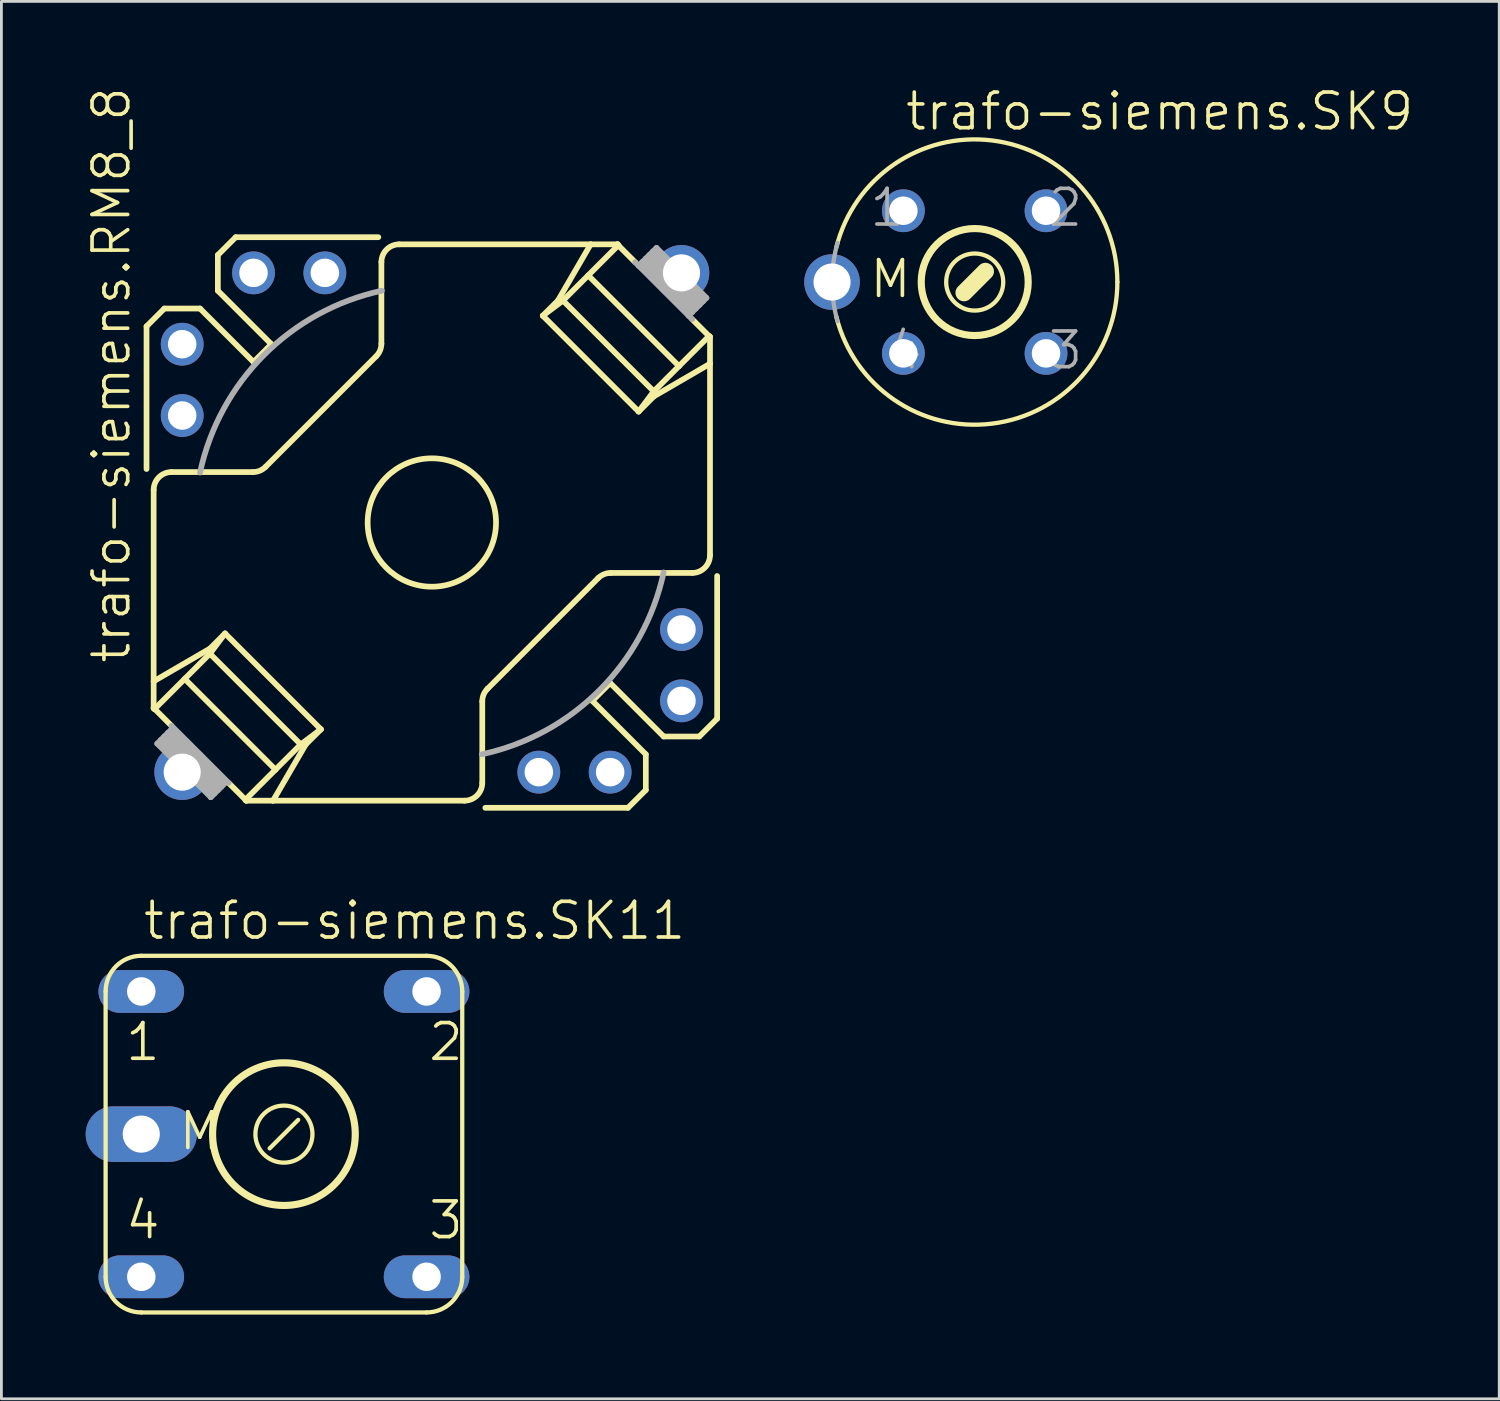
<source format=kicad_pcb>
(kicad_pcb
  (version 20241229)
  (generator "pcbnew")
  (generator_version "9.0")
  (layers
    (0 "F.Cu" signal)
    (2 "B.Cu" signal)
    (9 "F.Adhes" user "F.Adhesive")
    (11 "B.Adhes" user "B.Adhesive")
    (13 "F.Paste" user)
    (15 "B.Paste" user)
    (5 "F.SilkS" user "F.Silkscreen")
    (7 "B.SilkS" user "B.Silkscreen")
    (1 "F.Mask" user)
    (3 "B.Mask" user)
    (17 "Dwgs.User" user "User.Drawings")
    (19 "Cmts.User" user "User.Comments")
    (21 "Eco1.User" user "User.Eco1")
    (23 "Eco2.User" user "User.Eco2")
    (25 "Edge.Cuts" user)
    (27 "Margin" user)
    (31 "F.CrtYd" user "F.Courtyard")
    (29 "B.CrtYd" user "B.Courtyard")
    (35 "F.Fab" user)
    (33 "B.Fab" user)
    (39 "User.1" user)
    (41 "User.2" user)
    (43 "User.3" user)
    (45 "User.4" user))
  (footprint "trafo-siemens.SK9"
    (layer "F.Cu")
    (at 31.66 6.994)
    (property "Reference" "trafo-siemens.SK9" (at -2.54 -5.334 0) (layer "F.SilkS") (effects (font (size 1.27 1.27) (thickness 0.13)) (justify left bottom)))
    (attr through_hole)
    (fp_line (start -0.381 0.381) (end 0.381 -0.381) (stroke (width 0.61) (type default)) (layer "F.SilkS"))
    (fp_arc (start -4.9283 -1.2321) (mid 0.62071 -5.041928) (end 5.08 0) (stroke (width 0.1524) (type default)) (layer "F.SilkS"))
    (fp_arc (start 5.08 0) (mid 0.62071 5.041928) (end -4.9283 1.2321) (stroke (width 0.1524) (type default)) (layer "F.SilkS"))
    (fp_circle (center 0 0) (end 1.016 0) (stroke (width 0.152) (type default)) (fill no) (layer "F.SilkS"))
    (fp_circle (center 0 0) (end 1.905 0) (stroke (width 0.254) (type default)) (fill no) (layer "F.SilkS"))
    (fp_arc (start -5.08 0) (mid -5.030879 -0.704612) (end -4.8845 -1.3956) (stroke (width 0.1524) (type default)) (layer "F.Fab"))
    (fp_arc (start -4.8845 1.3956) (mid -5.030879 0.704612) (end -5.08 0) (stroke (width 0.1524) (type default)) (layer "F.Fab"))
    (fp_text user "M" (at -3.81 0.635 0) (layer "F.SilkS") (effects (font (size 1.27 1.27) (thickness 0.13)) (justify left bottom)))
    (fp_text user "3" (at 2.54 3.175 0) (layer "F.Fab") (effects (font (size 1.27 1.27) (thickness 0.13)) (justify left bottom)))
    (fp_text user "4" (at -3.175 3.175 0) (layer "F.Fab") (effects (font (size 1.27 1.27) (thickness 0.13)) (justify left bottom)))
    (fp_text user "2" (at 2.54 -1.905 0) (layer "F.Fab") (effects (font (size 1.27 1.27) (thickness 0.13)) (justify left bottom)))
    (fp_text user "1" (at -3.81 -1.905 0) (layer "F.Fab") (effects (font (size 1.27 1.27) (thickness 0.13)) (justify left bottom)))
    (pad "1" thru_hole circle (at -2.54 -2.54) (size 1.524 1.524) (drill 1.016) (layers "*.Cu" "*.Mask"))
    (pad "2" thru_hole circle (at 2.54 -2.54) (size 1.524 1.524) (drill 1.016) (layers "*.Cu" "*.Mask"))
    (pad "3" thru_hole circle (at 2.54 2.54) (size 1.524 1.524) (drill 1.016) (layers "*.Cu" "*.Mask"))
    (pad "4" thru_hole circle (at -2.54 2.54) (size 1.524 1.524) (drill 1.016) (layers "*.Cu" "*.Mask"))
    (pad "M" thru_hole circle (at -5.08 0) (size 1.981 1.981) (drill 1.321) (layers "*.Cu" "*.Mask")))
  (footprint "trafo-siemens.SK11"
    (layer "F.Cu")
    (at 7.061 37.337)
    (property "Reference" "trafo-siemens.SK11" (at -5.08 -6.858 0) (layer "F.SilkS") (effects (font (size 1.27 1.27) (thickness 0.13)) (justify left bottom)))
    (attr through_hole)
    (fp_line (start -6.35 5.08) (end -6.35 -5.08) (stroke (width 0.152) (type default)) (layer "F.SilkS"))
    (fp_line (start -5.08 -6.35) (end 5.08 -6.35) (stroke (width 0.152) (type default)) (layer "F.SilkS"))
    (fp_line (start -0.508 0.508) (end 0.508 -0.508) (stroke (width 0.152) (type default)) (layer "F.SilkS"))
    (fp_line (start 5.08 6.35) (end -5.08 6.35) (stroke (width 0.152) (type default)) (layer "F.SilkS"))
    (fp_line (start 6.35 -5.08) (end 6.35 5.08) (stroke (width 0.152) (type default)) (layer "F.SilkS"))
    (fp_arc (start -6.35 -5.08) (mid -5.978026 -5.978026) (end -5.08 -6.35) (stroke (width 0.1524) (type default)) (layer "F.SilkS"))
    (fp_arc (start -5.08 6.35) (mid -5.978026 5.978026) (end -6.35 5.08) (stroke (width 0.1524) (type default)) (layer "F.SilkS"))
    (fp_arc (start 5.08 -6.35) (mid 5.978026 -5.978026) (end 6.35 -5.08) (stroke (width 0.1524) (type default)) (layer "F.SilkS"))
    (fp_arc (start 6.35 5.08) (mid 5.978026 5.978026) (end 5.08 6.35) (stroke (width 0.1524) (type default)) (layer "F.SilkS"))
    (fp_circle (center 0 0) (end 1.016 0) (stroke (width 0.152) (type default)) (fill no) (layer "F.SilkS"))
    (fp_circle (center 0 0) (end 2.54 0) (stroke (width 0.254) (type default)) (fill no) (layer "F.SilkS"))
    (fp_text user "4" (at -5.715 3.81 0) (layer "F.SilkS") (effects (font (size 1.27 1.27) (thickness 0.13)) (justify left bottom)))
    (fp_text user "3" (at 5.08 3.81 0) (layer "F.SilkS") (effects (font (size 1.27 1.27) (thickness 0.13)) (justify left bottom)))
    (fp_text user "M" (at -3.81 0.635 0) (layer "F.SilkS") (effects (font (size 1.27 1.27) (thickness 0.13)) (justify left bottom)))
    (fp_text user "1" (at -5.715 -2.54 0) (layer "F.SilkS") (effects (font (size 1.27 1.27) (thickness 0.13)) (justify left bottom)))
    (fp_text user "2" (at 5.08 -2.54 0) (layer "F.SilkS") (effects (font (size 1.27 1.27) (thickness 0.13)) (justify left bottom)))
    (pad "1" thru_hole oval (at -5.08 -5.08) (size 3.048 1.524) (drill 1.016) (layers "*.Cu" "*.Mask"))
    (pad "2" thru_hole oval (at 5.08 -5.08) (size 3.048 1.524) (drill 1.016) (layers "*.Cu" "*.Mask"))
    (pad "3" thru_hole oval (at 5.08 5.08) (size 3.048 1.524) (drill 1.016) (layers "*.Cu" "*.Mask"))
    (pad "4" thru_hole oval (at -5.08 5.08) (size 3.048 1.524) (drill 1.016) (layers "*.Cu" "*.Mask"))
    (pad "M" thru_hole oval (at -5.08 0) (size 3.962 1.981) (drill 1.321) (layers "*.Cu" "*.Mask")))
  (footprint "trafo-siemens.RM8_8"
    (layer "F.Cu")
    (at 12.328 15.557)
    (property "Reference" "trafo-siemens.RM8_8" (at -10.668 5.08 90) (layer "F.SilkS") (effects (font (size 1.27 1.27) (thickness 0.13)) (justify left bottom)))
    (attr through_hole)
    (fp_line (start -10.16 -6.985) (end -9.525 -7.62) (stroke (width 0.203) (type default)) (layer "F.SilkS"))
    (fp_line (start -10.16 -1.905) (end -10.16 -6.985) (stroke (width 0.203) (type default)) (layer "F.SilkS"))
    (fp_line (start -9.906 5.655) (end -9.906 -1.161) (stroke (width 0.203) (type default)) (layer "F.SilkS"))
    (fp_line (start -9.906 5.655) (end -7.903 4.49) (stroke (width 0.203) (type default)) (layer "F.SilkS"))
    (fp_line (start -9.906 6.604) (end -9.906 5.655) (stroke (width 0.203) (type default)) (layer "F.SilkS"))
    (fp_line (start -9.906 6.618) (end -9.906 6.604) (stroke (width 0.203) (type default)) (layer "F.SilkS"))
    (fp_line (start -9.878 6.645) (end -9.906 6.618) (stroke (width 0.203) (type default)) (layer "F.SilkS"))
    (fp_line (start -9.525 -7.62) (end -8.255 -7.62) (stroke (width 0.203) (type default)) (layer "F.SilkS"))
    (fp_line (start -9.271 7.239) (end -9.906 6.604) (stroke (width 0.203) (type default)) (layer "F.SilkS"))
    (fp_line (start -8.801 5.568) (end -5.568 8.801) (stroke (width 0.203) (type default)) (layer "F.SilkS"))
    (fp_line (start -8.255 -7.62) (end -6.35 -5.715) (stroke (width 0.203) (type default)) (layer "F.SilkS"))
    (fp_line (start -7.903 4.67) (end -9.878 6.645) (stroke (width 0.203) (type default)) (layer "F.SilkS"))
    (fp_line (start -7.903 4.67) (end -7.364 3.951) (stroke (width 0.203) (type default)) (layer "F.SilkS"))
    (fp_line (start -7.62 -9.525) (end -6.985 -10.16) (stroke (width 0.203) (type default)) (layer "F.SilkS"))
    (fp_line (start -7.62 -8.255) (end -7.62 -9.525) (stroke (width 0.203) (type default)) (layer "F.SilkS"))
    (fp_line (start -7.364 3.951) (end -7.903 4.49) (stroke (width 0.203) (type default)) (layer "F.SilkS"))
    (fp_line (start -7.364 3.951) (end -3.951 7.364) (stroke (width 0.203) (type default)) (layer "F.SilkS"))
    (fp_line (start -6.985 -10.16) (end -1.905 -10.16) (stroke (width 0.203) (type default)) (layer "F.SilkS"))
    (fp_line (start -6.618 9.906) (end -6.604 9.906) (stroke (width 0.203) (type default)) (layer "F.SilkS"))
    (fp_line (start -6.604 9.906) (end -7.239 9.271) (stroke (width 0.203) (type default)) (layer "F.SilkS"))
    (fp_line (start -6.604 9.906) (end -5.655 9.906) (stroke (width 0.203) (type default)) (layer "F.SilkS"))
    (fp_line (start -6.37 -1.796) (end -9.271 -1.796) (stroke (width 0.203) (type default)) (layer "F.SilkS"))
    (fp_line (start -6.35 -5.715) (end -5.715 -6.35) (stroke (width 0.203) (type default)) (layer "F.SilkS"))
    (fp_line (start -5.921 -1.982) (end -1.982 -5.921) (stroke (width 0.203) (type default)) (layer "F.SilkS"))
    (fp_line (start -5.715 -6.35) (end -7.62 -8.255) (stroke (width 0.203) (type default)) (layer "F.SilkS"))
    (fp_line (start -5.655 9.906) (end -4.49 7.903) (stroke (width 0.203) (type default)) (layer "F.SilkS"))
    (fp_line (start -5.655 9.906) (end 1.161 9.906) (stroke (width 0.203) (type default)) (layer "F.SilkS"))
    (fp_line (start -5.568 8.801) (end -6.645 9.878) (stroke (width 0.203) (type default)) (layer "F.SilkS"))
    (fp_line (start -4.67 7.903) (end -7.903 4.67) (stroke (width 0.203) (type default)) (layer "F.SilkS"))
    (fp_line (start -4.67 7.903) (end -5.568 8.801) (stroke (width 0.203) (type default)) (layer "F.SilkS"))
    (fp_line (start -4.67 7.903) (end -3.951 7.364) (stroke (width 0.203) (type default)) (layer "F.SilkS"))
    (fp_line (start -3.951 7.364) (end -4.49 7.903) (stroke (width 0.203) (type default)) (layer "F.SilkS"))
    (fp_line (start -1.796 -6.37) (end -1.796 -9.271) (stroke (width 0.203) (type default)) (layer "F.SilkS"))
    (fp_line (start -1.161 -9.906) (end 5.655 -9.906) (stroke (width 0.203) (type default)) (layer "F.SilkS"))
    (fp_line (start 1.796 6.37) (end 1.796 9.271) (stroke (width 0.203) (type default)) (layer "F.SilkS"))
    (fp_line (start 1.982 5.921) (end 5.921 1.982) (stroke (width 0.203) (type default)) (layer "F.SilkS"))
    (fp_line (start 3.951 -7.364) (end 4.49 -7.903) (stroke (width 0.203) (type default)) (layer "F.SilkS"))
    (fp_line (start 3.951 -7.364) (end 7.364 -3.951) (stroke (width 0.203) (type default)) (layer "F.SilkS"))
    (fp_line (start 4.49 -7.903) (end 5.655 -9.906) (stroke (width 0.203) (type default)) (layer "F.SilkS"))
    (fp_line (start 4.67 -7.903) (end 3.951 -7.364) (stroke (width 0.203) (type default)) (layer "F.SilkS"))
    (fp_line (start 4.67 -7.903) (end 6.645 -9.878) (stroke (width 0.203) (type default)) (layer "F.SilkS"))
    (fp_line (start 5.568 -8.801) (end 8.801 -5.568) (stroke (width 0.203) (type default)) (layer "F.SilkS"))
    (fp_line (start 5.655 -9.906) (end 6.604 -9.906) (stroke (width 0.203) (type default)) (layer "F.SilkS"))
    (fp_line (start 5.715 6.35) (end 7.62 8.255) (stroke (width 0.203) (type default)) (layer "F.SilkS"))
    (fp_line (start 6.35 5.715) (end 5.715 6.35) (stroke (width 0.203) (type default)) (layer "F.SilkS"))
    (fp_line (start 6.37 1.796) (end 9.271 1.796) (stroke (width 0.203) (type default)) (layer "F.SilkS"))
    (fp_line (start 6.604 -9.906) (end 6.618 -9.906) (stroke (width 0.203) (type default)) (layer "F.SilkS"))
    (fp_line (start 6.618 -9.906) (end 6.645 -9.878) (stroke (width 0.203) (type default)) (layer "F.SilkS"))
    (fp_line (start 6.985 10.16) (end 1.905 10.16) (stroke (width 0.203) (type default)) (layer "F.SilkS"))
    (fp_line (start 7.239 -9.271) (end 6.604 -9.906) (stroke (width 0.203) (type default)) (layer "F.SilkS"))
    (fp_line (start 7.364 -3.951) (end 7.903 -4.49) (stroke (width 0.203) (type default)) (layer "F.SilkS"))
    (fp_line (start 7.62 8.255) (end 7.62 9.525) (stroke (width 0.203) (type default)) (layer "F.SilkS"))
    (fp_line (start 7.62 9.525) (end 6.985 10.16) (stroke (width 0.203) (type default)) (layer "F.SilkS"))
    (fp_line (start 7.903 -4.67) (end 4.67 -7.903) (stroke (width 0.203) (type default)) (layer "F.SilkS"))
    (fp_line (start 7.903 -4.67) (end 7.364 -3.951) (stroke (width 0.203) (type default)) (layer "F.SilkS"))
    (fp_line (start 7.903 -4.67) (end 8.801 -5.568) (stroke (width 0.203) (type default)) (layer "F.SilkS"))
    (fp_line (start 7.903 -4.49) (end 9.906 -5.655) (stroke (width 0.203) (type default)) (layer "F.SilkS"))
    (fp_line (start 8.255 7.62) (end 6.35 5.715) (stroke (width 0.203) (type default)) (layer "F.SilkS"))
    (fp_line (start 8.801 -5.568) (end 9.878 -6.645) (stroke (width 0.203) (type default)) (layer "F.SilkS"))
    (fp_line (start 9.525 7.62) (end 8.255 7.62) (stroke (width 0.203) (type default)) (layer "F.SilkS"))
    (fp_line (start 9.906 -6.604) (end 9.271 -7.239) (stroke (width 0.203) (type default)) (layer "F.SilkS"))
    (fp_line (start 9.906 -6.604) (end 9.906 -6.618) (stroke (width 0.203) (type default)) (layer "F.SilkS"))
    (fp_line (start 9.906 -5.655) (end 9.906 -6.604) (stroke (width 0.203) (type default)) (layer "F.SilkS"))
    (fp_line (start 9.906 1.161) (end 9.906 -5.655) (stroke (width 0.203) (type default)) (layer "F.SilkS"))
    (fp_line (start 10.16 1.905) (end 10.16 6.985) (stroke (width 0.203) (type default)) (layer "F.SilkS"))
    (fp_line (start 10.16 6.985) (end 9.525 7.62) (stroke (width 0.203) (type default)) (layer "F.SilkS"))
    (fp_arc (start -9.906 -1.1611) (mid -9.720013 -1.610113) (end -9.271 -1.7961) (stroke (width 0.2032) (type default)) (layer "F.SilkS"))
    (fp_arc (start -5.9204 -1.9818) (mid -6.126528 -1.844268) (end -6.3696 -1.7961) (stroke (width 0.2032) (type default)) (layer "F.SilkS"))
    (fp_arc (start -1.7961 -9.271) (mid -1.610113 -9.720013) (end -1.1611 -9.906) (stroke (width 0.2032) (type default)) (layer "F.SilkS"))
    (fp_arc (start -1.796 -6.3696) (mid -1.844345 -6.126601) (end -1.982 -5.9206) (stroke (width 0.2032) (type default)) (layer "F.SilkS"))
    (fp_arc (start 1.796 6.3696) (mid 1.844345 6.126601) (end 1.982 5.9206) (stroke (width 0.2032) (type default)) (layer "F.SilkS"))
    (fp_arc (start 1.7961 9.271) (mid 1.610113 9.720013) (end 1.1611 9.906) (stroke (width 0.2032) (type default)) (layer "F.SilkS"))
    (fp_arc (start 5.9206 1.982) (mid 6.12663 1.844491) (end 6.3696 1.7963) (stroke (width 0.2032) (type default)) (layer "F.SilkS"))
    (fp_arc (start 9.906 1.1611) (mid 9.720013 1.610113) (end 9.271 1.7961) (stroke (width 0.2032) (type default)) (layer "F.SilkS"))
    (fp_circle (center 0 0) (end 2.286 0) (stroke (width 0.203) (type default)) (fill no) (layer "F.SilkS"))
    (fp_line (start -9.779 7.874) (end -9.652 7.747) (stroke (width 0.203) (type default)) (layer "F.Fab"))
    (fp_line (start -9.652 7.747) (end -9.525 7.62) (stroke (width 0.203) (type default)) (layer "F.Fab"))
    (fp_line (start -9.652 7.874) (end -7.874 9.652) (stroke (width 0.203) (type default)) (layer "F.Fab"))
    (fp_line (start -9.525 7.62) (end -9.398 7.493) (stroke (width 0.203) (type default)) (layer "F.Fab"))
    (fp_line (start -9.525 7.62) (end -7.62 9.525) (stroke (width 0.203) (type default)) (layer "F.Fab"))
    (fp_line (start -9.525 7.747) (end -9.652 7.874) (stroke (width 0.203) (type default)) (layer "F.Fab"))
    (fp_line (start -9.398 7.493) (end -9.271 7.366) (stroke (width 0.203) (type default)) (layer "F.Fab"))
    (fp_line (start -9.398 7.62) (end -7.62 9.398) (stroke (width 0.203) (type default)) (layer "F.Fab"))
    (fp_line (start -9.271 7.366) (end -7.366 9.271) (stroke (width 0.203) (type default)) (layer "F.Fab"))
    (fp_line (start -9.271 7.493) (end -9.398 7.62) (stroke (width 0.203) (type default)) (layer "F.Fab"))
    (fp_line (start -7.874 9.779) (end -9.779 7.874) (stroke (width 0.203) (type default)) (layer "F.Fab"))
    (fp_line (start -7.874 9.779) (end -7.366 9.271) (stroke (width 0.203) (type default)) (layer "F.Fab"))
    (fp_line (start -7.747 9.525) (end -9.525 7.747) (stroke (width 0.203) (type default)) (layer "F.Fab"))
    (fp_line (start -7.747 9.652) (end -9.652 7.747) (stroke (width 0.203) (type default)) (layer "F.Fab"))
    (fp_line (start -7.747 9.652) (end -7.874 9.779) (stroke (width 0.203) (type default)) (layer "F.Fab"))
    (fp_line (start -7.62 9.398) (end -7.747 9.525) (stroke (width 0.203) (type default)) (layer "F.Fab"))
    (fp_line (start -7.62 9.525) (end -7.747 9.652) (stroke (width 0.203) (type default)) (layer "F.Fab"))
    (fp_line (start -7.493 9.271) (end -9.271 7.493) (stroke (width 0.203) (type default)) (layer "F.Fab"))
    (fp_line (start -7.493 9.398) (end -9.398 7.493) (stroke (width 0.203) (type default)) (layer "F.Fab"))
    (fp_line (start -7.493 9.398) (end -7.62 9.525) (stroke (width 0.203) (type default)) (layer "F.Fab"))
    (fp_line (start -7.366 9.271) (end -7.493 9.398) (stroke (width 0.203) (type default)) (layer "F.Fab"))
    (fp_line (start -7.341 9.195) (end -9.22 7.315) (stroke (width 0.203) (type default)) (layer "F.Fab"))
    (fp_line (start -7.239 9.271) (end -9.271 7.239) (stroke (width 0.203) (type default)) (layer "F.Fab"))
    (fp_line (start 7.366 -9.144) (end 7.239 -9.271) (stroke (width 0.203) (type default)) (layer "F.Fab"))
    (fp_line (start 7.493 -9.271) (end 7.366 -9.144) (stroke (width 0.203) (type default)) (layer "F.Fab"))
    (fp_line (start 7.493 -9.144) (end 9.144 -7.493) (stroke (width 0.203) (type default)) (layer "F.Fab"))
    (fp_line (start 7.62 -9.398) (end 7.493 -9.271) (stroke (width 0.203) (type default)) (layer "F.Fab"))
    (fp_line (start 7.62 -9.271) (end 9.271 -7.62) (stroke (width 0.203) (type default)) (layer "F.Fab"))
    (fp_line (start 7.747 -9.525) (end 7.62 -9.398) (stroke (width 0.203) (type default)) (layer "F.Fab"))
    (fp_line (start 7.747 -9.398) (end 9.398 -7.747) (stroke (width 0.203) (type default)) (layer "F.Fab"))
    (fp_line (start 7.874 -9.652) (end 7.747 -9.525) (stroke (width 0.203) (type default)) (layer "F.Fab"))
    (fp_line (start 7.874 -9.525) (end 9.525 -7.874) (stroke (width 0.203) (type default)) (layer "F.Fab"))
    (fp_line (start 8.001 -9.779) (end 7.874 -9.652) (stroke (width 0.203) (type default)) (layer "F.Fab"))
    (fp_line (start 8.001 -9.779) (end 9.779 -8.001) (stroke (width 0.203) (type default)) (layer "F.Fab"))
    (fp_line (start 8.001 -9.652) (end 9.652 -8.001) (stroke (width 0.203) (type default)) (layer "F.Fab"))
    (fp_line (start 9.144 -7.366) (end 7.366 -9.144) (stroke (width 0.203) (type default)) (layer "F.Fab"))
    (fp_line (start 9.144 -7.366) (end 9.271 -7.493) (stroke (width 0.203) (type default)) (layer "F.Fab"))
    (fp_line (start 9.271 -7.493) (end 7.493 -9.271) (stroke (width 0.203) (type default)) (layer "F.Fab"))
    (fp_line (start 9.271 -7.493) (end 9.398 -7.62) (stroke (width 0.203) (type default)) (layer "F.Fab"))
    (fp_line (start 9.271 -7.239) (end 9.144 -7.366) (stroke (width 0.203) (type default)) (layer "F.Fab"))
    (fp_line (start 9.398 -7.62) (end 7.62 -9.398) (stroke (width 0.203) (type default)) (layer "F.Fab"))
    (fp_line (start 9.398 -7.62) (end 9.525 -7.747) (stroke (width 0.203) (type default)) (layer "F.Fab"))
    (fp_line (start 9.525 -7.747) (end 7.747 -9.525) (stroke (width 0.203) (type default)) (layer "F.Fab"))
    (fp_line (start 9.525 -7.747) (end 9.652 -7.874) (stroke (width 0.203) (type default)) (layer "F.Fab"))
    (fp_line (start 9.652 -7.874) (end 7.874 -9.652) (stroke (width 0.203) (type default)) (layer "F.Fab"))
    (fp_line (start 9.652 -7.874) (end 9.779 -8.001) (stroke (width 0.203) (type default)) (layer "F.Fab"))
    (fp_arc (start -8.255 -1.778) (mid -5.971026 -5.971026) (end -1.778 -8.255) (stroke (width 0.2032) (type default)) (layer "F.Fab"))
    (fp_arc (start 8.255 1.778) (mid 5.971026 5.971026) (end 1.778 8.255) (stroke (width 0.2032) (type default)) (layer "F.Fab"))
    (pad "1" thru_hole circle (at 8.89 6.35) (size 1.524 1.524) (drill 1.016) (layers "*.Cu" "*.Mask"))
    (pad "2" thru_hole circle (at 8.89 3.81) (size 1.524 1.524) (drill 1.016) (layers "*.Cu" "*.Mask"))
    (pad "5" thru_hole circle (at -3.81 -8.89) (size 1.524 1.524) (drill 1.016) (layers "*.Cu" "*.Mask"))
    (pad "6" thru_hole circle (at -6.35 -8.89) (size 1.524 1.524) (drill 1.016) (layers "*.Cu" "*.Mask"))
    (pad "7" thru_hole circle (at -8.89 -6.35) (size 1.524 1.524) (drill 1.016) (layers "*.Cu" "*.Mask"))
    (pad "8" thru_hole circle (at -8.89 -3.81) (size 1.524 1.524) (drill 1.016) (layers "*.Cu" "*.Mask"))
    (pad "11" thru_hole circle (at 3.81 8.89) (size 1.524 1.524) (drill 1.016) (layers "*.Cu" "*.Mask"))
    (pad "12" thru_hole circle (at 6.35 8.89) (size 1.524 1.524) (drill 1.016) (layers "*.Cu" "*.Mask"))
    (pad "M" thru_hole circle (at -8.89 8.89) (size 1.981 1.981) (drill 1.321) (layers "*.Cu" "*.Mask"))
    (pad "M1" thru_hole circle (at 8.89 -8.89) (size 1.981 1.981) (drill 1.321) (layers "*.Cu" "*.Mask")))
  (gr_rect
    (start -3 -3)
    (end 50.339 46.763)
    (stroke (width 0.1) (type default))
    (fill no)
    (layer "Edge.Cuts")))
</source>
